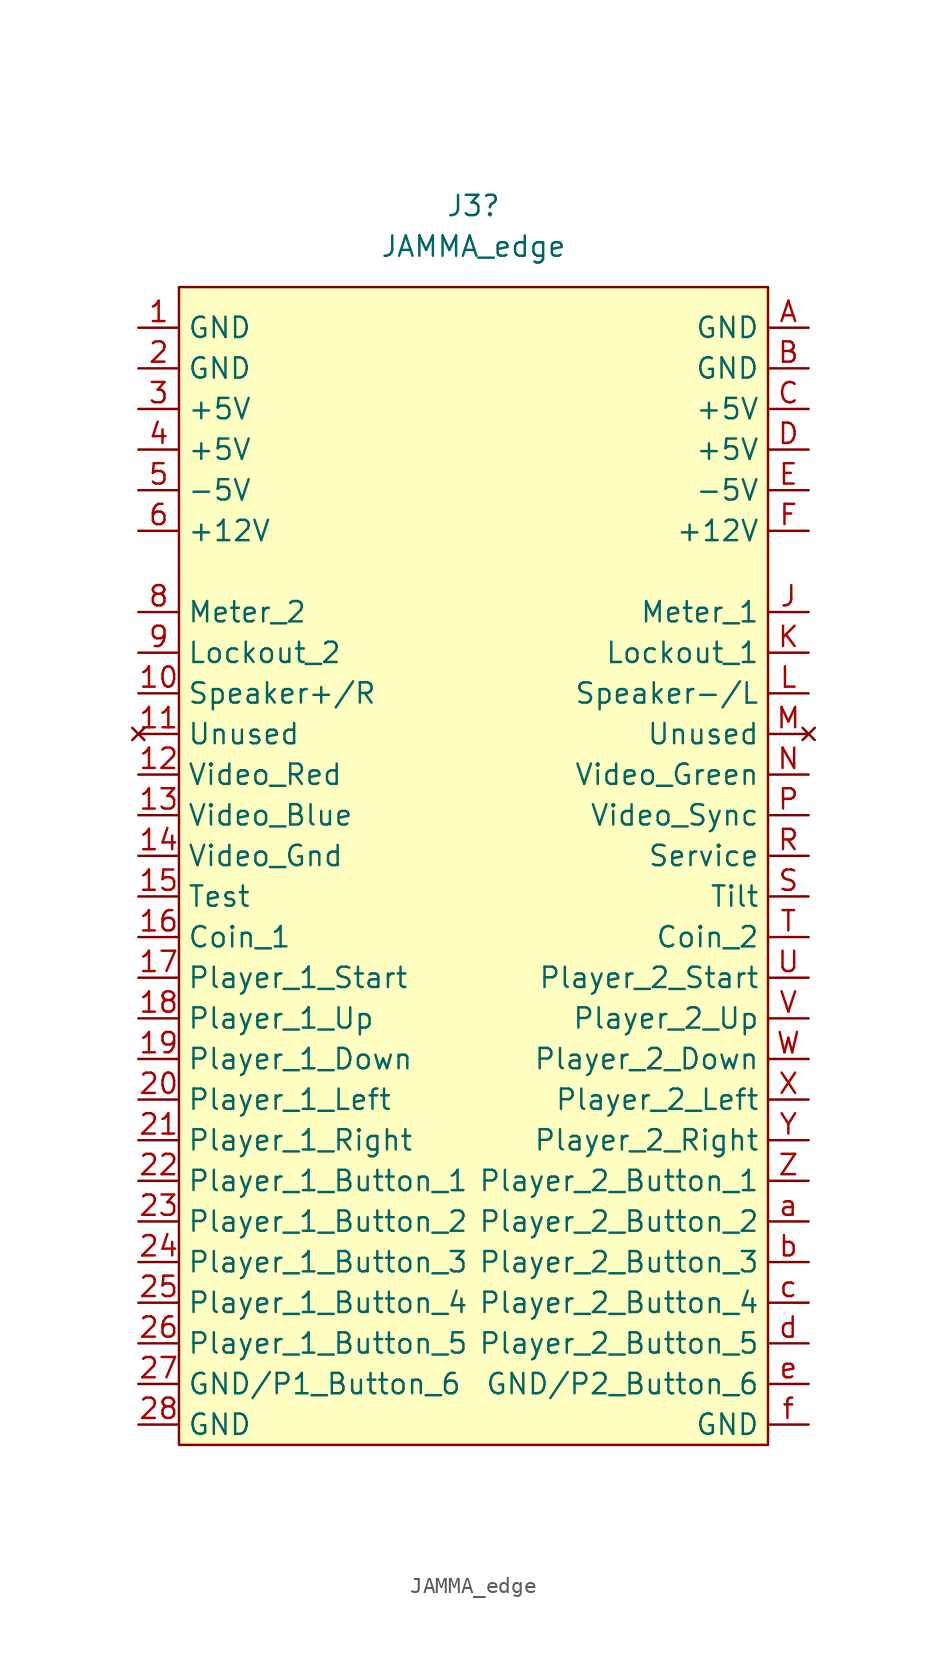
<source format=kicad_sym>
(kicad_symbol_lib
  (version 20211014)
  (generator kicad_symbol_editor)
  (symbol "JAMMA_edge"
    (property "Reference" "J3"
      (at 18.415 5.08 0)
      (effects (font (size 1.27 1.27))))
    (property "Value" "JAMMA_edge"
      (at 18.415 2.54 0)
      (effects (font (size 1.27 1.27))))
    (symbol "JAMMA_edge_0_1"
      (rectangle (start 0 0) (end 36.83 -72.39) (stroke (width 0) (type default) (color 0 0 0 0)) (fill (type background))))
    (symbol "JAMMA_edge_1_1"
      (pin passive line (at -2.54 -2.54 0) (length 2.54) (name "GND" (effects (font (size 1.27 1.27)))) (number "1" (effects (font (size 1.27 1.27)))))
      (pin input line (at -2.54 -25.4 0) (length 2.54) (name "Speaker+/R" (effects (font (size 1.27 1.27)))) (number "10" (effects (font (size 1.27 1.27)))))
      (pin no_connect line (at -2.54 -27.94 0) (length 2.54) (name "Unused" (effects (font (size 1.27 1.27)))) (number "11" (effects (font (size 1.27 1.27)))))
      (pin input line (at -2.54 -30.48 0) (length 2.54) (name "Video_Red" (effects (font (size 1.27 1.27)))) (number "12" (effects (font (size 1.27 1.27)))))
      (pin input line (at -2.54 -33.02 0) (length 2.54) (name "Video_Blue" (effects (font (size 1.27 1.27)))) (number "13" (effects (font (size 1.27 1.27)))))
      (pin passive line (at -2.54 -35.56 0) (length 2.54) (name "Video_Gnd" (effects (font (size 1.27 1.27)))) (number "14" (effects (font (size 1.27 1.27)))))
      (pin passive line (at -2.54 -38.1 0) (length 2.54) (name "Test" (effects (font (size 1.27 1.27)))) (number "15" (effects (font (size 1.27 1.27)))))
      (pin output line (at -2.54 -40.64 0) (length 2.54) (name "Coin_1" (effects (font (size 1.27 1.27)))) (number "16" (effects (font (size 1.27 1.27)))))
      (pin output line (at -2.54 -43.18 0) (length 2.54) (name "Player_1_Start" (effects (font (size 1.27 1.27)))) (number "17" (effects (font (size 1.27 1.27)))))
      (pin output line (at -2.54 -45.72 0) (length 2.54) (name "Player_1_Up" (effects (font (size 1.27 1.27)))) (number "18" (effects (font (size 1.27 1.27)))))
      (pin output line (at -2.54 -48.26 0) (length 2.54) (name "Player_1_Down" (effects (font (size 1.27 1.27)))) (number "19" (effects (font (size 1.27 1.27)))))
      (pin passive line (at -2.54 -5.08 0) (length 2.54) (name "GND" (effects (font (size 1.27 1.27)))) (number "2" (effects (font (size 1.27 1.27)))))
      (pin output line (at -2.54 -50.8 0) (length 2.54) (name "Player_1_Left" (effects (font (size 1.27 1.27)))) (number "20" (effects (font (size 1.27 1.27)))))
      (pin output line (at -2.54 -53.34 0) (length 2.54) (name "Player_1_Right" (effects (font (size 1.27 1.27)))) (number "21" (effects (font (size 1.27 1.27)))))
      (pin output line (at -2.54 -55.88 0) (length 2.54) (name "Player_1_Button_1" (effects (font (size 1.27 1.27)))) (number "22" (effects (font (size 1.27 1.27)))))
      (pin output line (at -2.54 -58.42 0) (length 2.54) (name "Player_1_Button_2" (effects (font (size 1.27 1.27)))) (number "23" (effects (font (size 1.27 1.27)))))
      (pin output line (at -2.54 -60.96 0) (length 2.54) (name "Player_1_Button_3" (effects (font (size 1.27 1.27)))) (number "24" (effects (font (size 1.27 1.27)))))
      (pin output line (at -2.54 -63.5 0) (length 2.54) (name "Player_1_Button_4" (effects (font (size 1.27 1.27)))) (number "25" (effects (font (size 1.27 1.27)))))
      (pin output line (at -2.54 -66.04 0) (length 2.54) (name "Player_1_Button_5" (effects (font (size 1.27 1.27)))) (number "26" (effects (font (size 1.27 1.27)))))
      (pin output line (at -2.54 -68.58 0) (length 2.54) (name "GND/P1_Button_6" (effects (font (size 1.27 1.27)))) (number "27" (effects (font (size 1.27 1.27)))))
      (pin passive line (at -2.54 -71.12 0) (length 2.54) (name "GND" (effects (font (size 1.27 1.27)))) (number "28" (effects (font (size 1.27 1.27)))))
      (pin passive line (at -2.54 -7.62 0) (length 2.54) (name "+5V" (effects (font (size 1.27 1.27)))) (number "3" (effects (font (size 1.27 1.27)))))
      (pin passive line (at -2.54 -10.16 0) (length 2.54) (name "+5V" (effects (font (size 1.27 1.27)))) (number "4" (effects (font (size 1.27 1.27)))))
      (pin passive line (at -2.54 -12.7 0) (length 2.54) (name "-5V" (effects (font (size 1.27 1.27)))) (number "5" (effects (font (size 1.27 1.27)))))
      (pin passive line (at -2.54 -15.24 0) (length 2.54) (name "+12V" (effects (font (size 1.27 1.27)))) (number "6" (effects (font (size 1.27 1.27)))))
      (pin open_collector line (at -2.54 -20.32 0) (length 2.54) (name "Meter_2" (effects (font (size 1.27 1.27)))) (number "8" (effects (font (size 1.27 1.27)))))
      (pin open_collector line (at -2.54 -22.86 0) (length 2.54) (name "Lockout_2" (effects (font (size 1.27 1.27)))) (number "9" (effects (font (size 1.27 1.27)))))
      (pin passive line (at 39.37 -2.54 180) (length 2.54) (name "GND" (effects (font (size 1.27 1.27)))) (number "A" (effects (font (size 1.27 1.27)))))
      (pin passive line (at 39.37 -5.08 180) (length 2.54) (name "GND" (effects (font (size 1.27 1.27)))) (number "B" (effects (font (size 1.27 1.27)))))
      (pin passive line (at 39.37 -7.62 180) (length 2.54) (name "+5V" (effects (font (size 1.27 1.27)))) (number "C" (effects (font (size 1.27 1.27)))))
      (pin passive line (at 39.37 -10.16 180) (length 2.54) (name "+5V" (effects (font (size 1.27 1.27)))) (number "D" (effects (font (size 1.27 1.27)))))
      (pin passive line (at 39.37 -12.7 180) (length 2.54) (name "-5V" (effects (font (size 1.27 1.27)))) (number "E" (effects (font (size 1.27 1.27)))))
      (pin passive line (at 39.37 -15.24 180) (length 2.54) (name "+12V" (effects (font (size 1.27 1.27)))) (number "F" (effects (font (size 1.27 1.27)))))
      (pin open_collector line (at 39.37 -20.32 180) (length 2.54) (name "Meter_1" (effects (font (size 1.27 1.27)))) (number "J" (effects (font (size 1.27 1.27)))))
      (pin open_collector line (at 39.37 -22.86 180) (length 2.54) (name "Lockout_1" (effects (font (size 1.27 1.27)))) (number "K" (effects (font (size 1.27 1.27)))))
      (pin input line (at 39.37 -25.4 180) (length 2.54) (name "Speaker-/L" (effects (font (size 1.27 1.27)))) (number "L" (effects (font (size 1.27 1.27)))))
      (pin no_connect line (at 39.37 -27.94 180) (length 2.54) (name "Unused" (effects (font (size 1.27 1.27)))) (number "M" (effects (font (size 1.27 1.27)))))
      (pin input line (at 39.37 -30.48 180) (length 2.54) (name "Video_Green" (effects (font (size 1.27 1.27)))) (number "N" (effects (font (size 1.27 1.27)))))
      (pin input line (at 39.37 -33.02 180) (length 2.54) (name "Video_Sync" (effects (font (size 1.27 1.27)))) (number "P" (effects (font (size 1.27 1.27)))))
      (pin passive line (at 39.37 -35.56 180) (length 2.54) (name "Service" (effects (font (size 1.27 1.27)))) (number "R" (effects (font (size 1.27 1.27)))))
      (pin passive line (at 39.37 -38.1 180) (length 2.54) (name "Tilt" (effects (font (size 1.27 1.27)))) (number "S" (effects (font (size 1.27 1.27)))))
      (pin output line (at 39.37 -40.64 180) (length 2.54) (name "Coin_2" (effects (font (size 1.27 1.27)))) (number "T" (effects (font (size 1.27 1.27)))))
      (pin output line (at 39.37 -43.18 180) (length 2.54) (name "Player_2_Start" (effects (font (size 1.27 1.27)))) (number "U" (effects (font (size 1.27 1.27)))))
      (pin output line (at 39.37 -45.72 180) (length 2.54) (name "Player_2_Up" (effects (font (size 1.27 1.27)))) (number "V" (effects (font (size 1.27 1.27)))))
      (pin output line (at 39.37 -48.26 180) (length 2.54) (name "Player_2_Down" (effects (font (size 1.27 1.27)))) (number "W" (effects (font (size 1.27 1.27)))))
      (pin output line (at 39.37 -50.8 180) (length 2.54) (name "Player_2_Left" (effects (font (size 1.27 1.27)))) (number "X" (effects (font (size 1.27 1.27)))))
      (pin output line (at 39.37 -53.34 180) (length 2.54) (name "Player_2_Right" (effects (font (size 1.27 1.27)))) (number "Y" (effects (font (size 1.27 1.27)))))
      (pin output line (at 39.37 -55.88 180) (length 2.54) (name "Player_2_Button_1" (effects (font (size 1.27 1.27)))) (number "Z" (effects (font (size 1.27 1.27)))))
      (pin output line (at 39.37 -58.42 180) (length 2.54) (name "Player_2_Button_2" (effects (font (size 1.27 1.27)))) (number "a" (effects (font (size 1.27 1.27)))))
      (pin output line (at 39.37 -60.96 180) (length 2.54) (name "Player_2_Button_3" (effects (font (size 1.27 1.27)))) (number "b" (effects (font (size 1.27 1.27)))))
      (pin output line (at 39.37 -63.5 180) (length 2.54) (name "Player_2_Button_4" (effects (font (size 1.27 1.27)))) (number "c" (effects (font (size 1.27 1.27)))))
      (pin output line (at 39.37 -66.04 180) (length 2.54) (name "Player_2_Button_5" (effects (font (size 1.27 1.27)))) (number "d" (effects (font (size 1.27 1.27)))))
      (pin output line (at 39.37 -68.58 180) (length 2.54) (name "GND/P2_Button_6" (effects (font (size 1.27 1.27)))) (number "e" (effects (font (size 1.27 1.27)))))
      (pin passive line (at 39.37 -71.12 180) (length 2.54) (name "GND" (effects (font (size 1.27 1.27)))) (number "f" (effects (font (size 1.27 1.27))))))))
</source>
